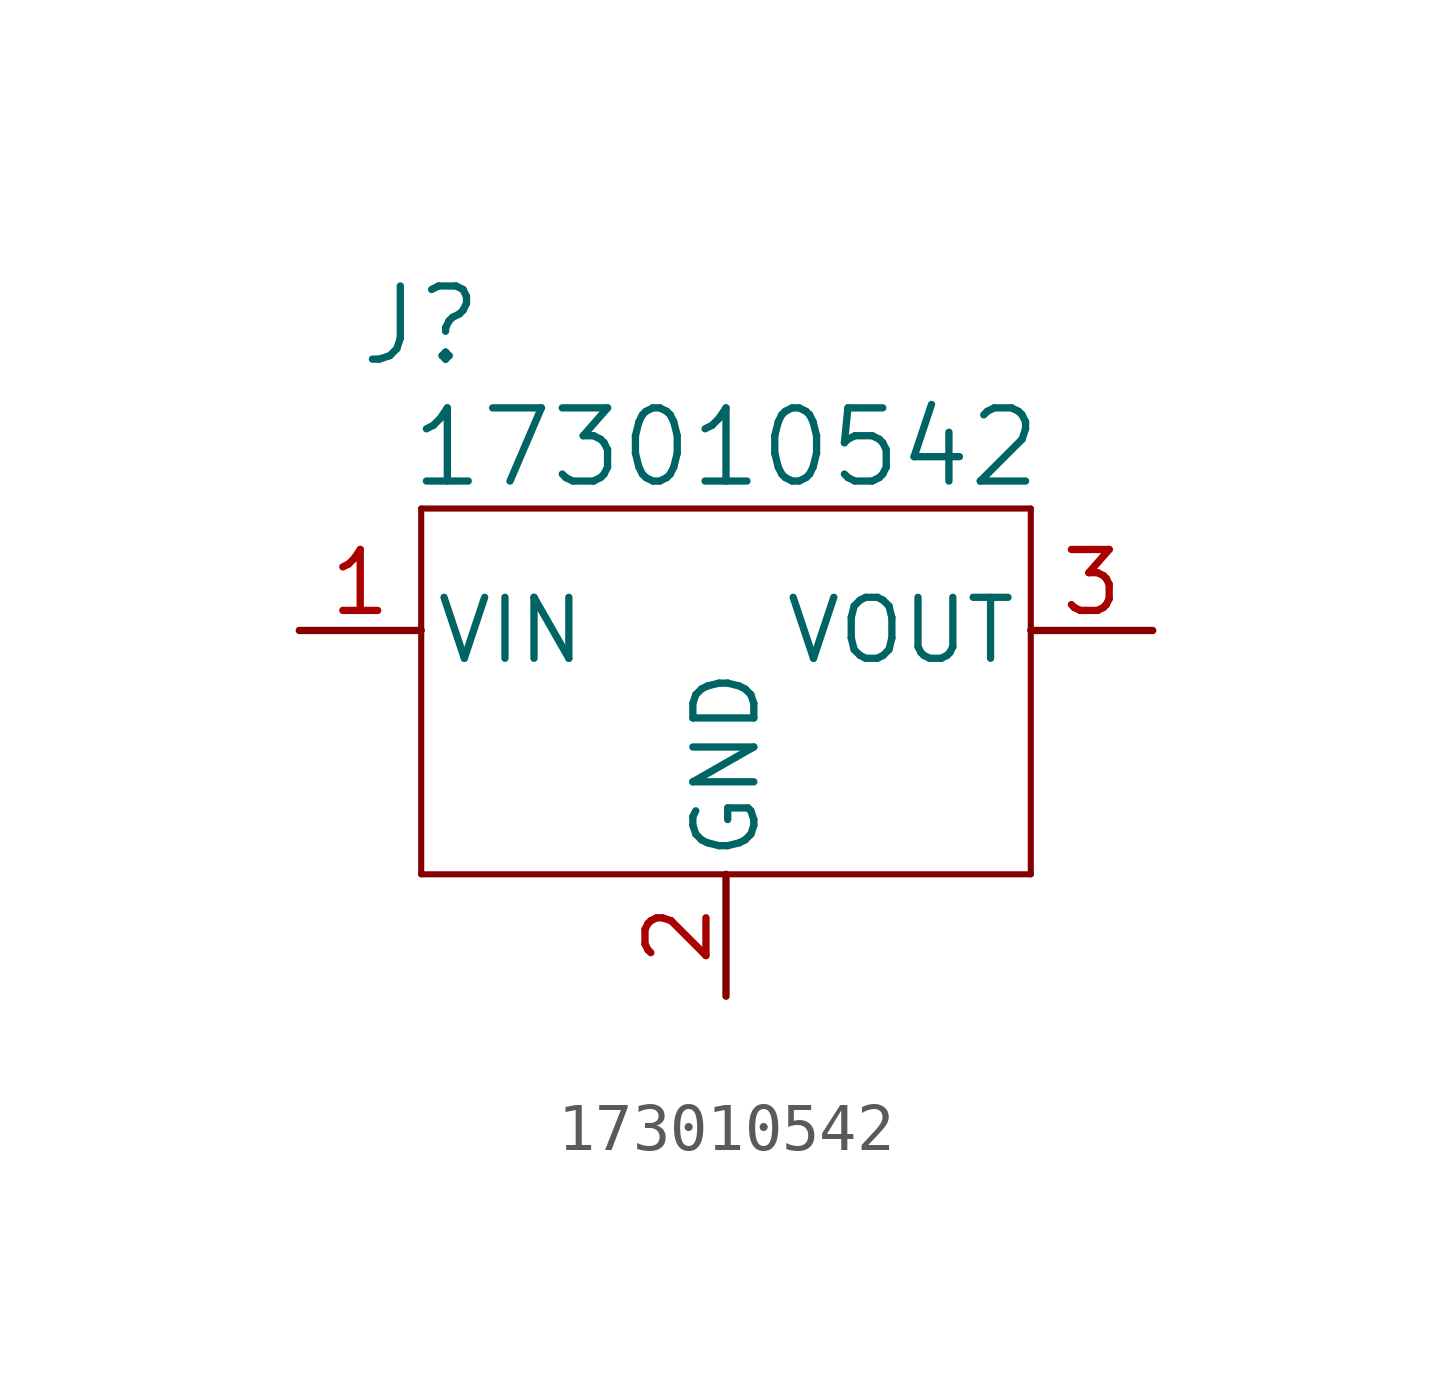
<source format=kicad_sym>
(kicad_symbol_lib
  (version 20220914)
  (generator kicad_symbol_editor)
  (symbol "173010542"
    (pin_names
      (offset 0.254))
    (property "Reference" "J"
      (at -6.35 7.62 0)
      (effects (font (size 1.524 1.524))))
    (property "Value" "173010542"
      (at 0 5.08 0)
      (effects (font (size 1.524 1.524))))
    (property "ki_locked" ""
      (at 0 0 0)
      (effects (font (size 1.27 1.27))))
    (symbol "173010542_0_1"
      (polyline (pts (xy -6.35 -3.81) (xy 6.35 -3.81)) (stroke (width 0.127) (type default)) (fill (type none)))
      (polyline (pts (xy -6.35 3.81) (xy -6.35 -3.81)) (stroke (width 0.127) (type default)) (fill (type none)))
      (polyline (pts (xy 6.35 -3.81) (xy 6.35 3.81)) (stroke (width 0.127) (type default)) (fill (type none)))
      (polyline (pts (xy 6.35 3.81) (xy -6.35 3.81)) (stroke (width 0.127) (type default)) (fill (type none))))
    (symbol "173010542_1_1"
      (pin power_in line (at -8.89 1.27 0) (length 2.54) (name "VIN" (effects (font (size 1.27 1.27)))) (number "1" (effects (font (size 1.27 1.27)))))
      (pin power_in line (at 0 -6.35 90) (length 2.54) (name "GND" (effects (font (size 1.27 1.27)))) (number "2" (effects (font (size 1.27 1.27)))))
      (pin power_out line (at 8.89 1.27 180) (length 2.54) (name "VOUT" (effects (font (size 1.27 1.27)))) (number "3" (effects (font (size 1.27 1.27))))))))
</source>
